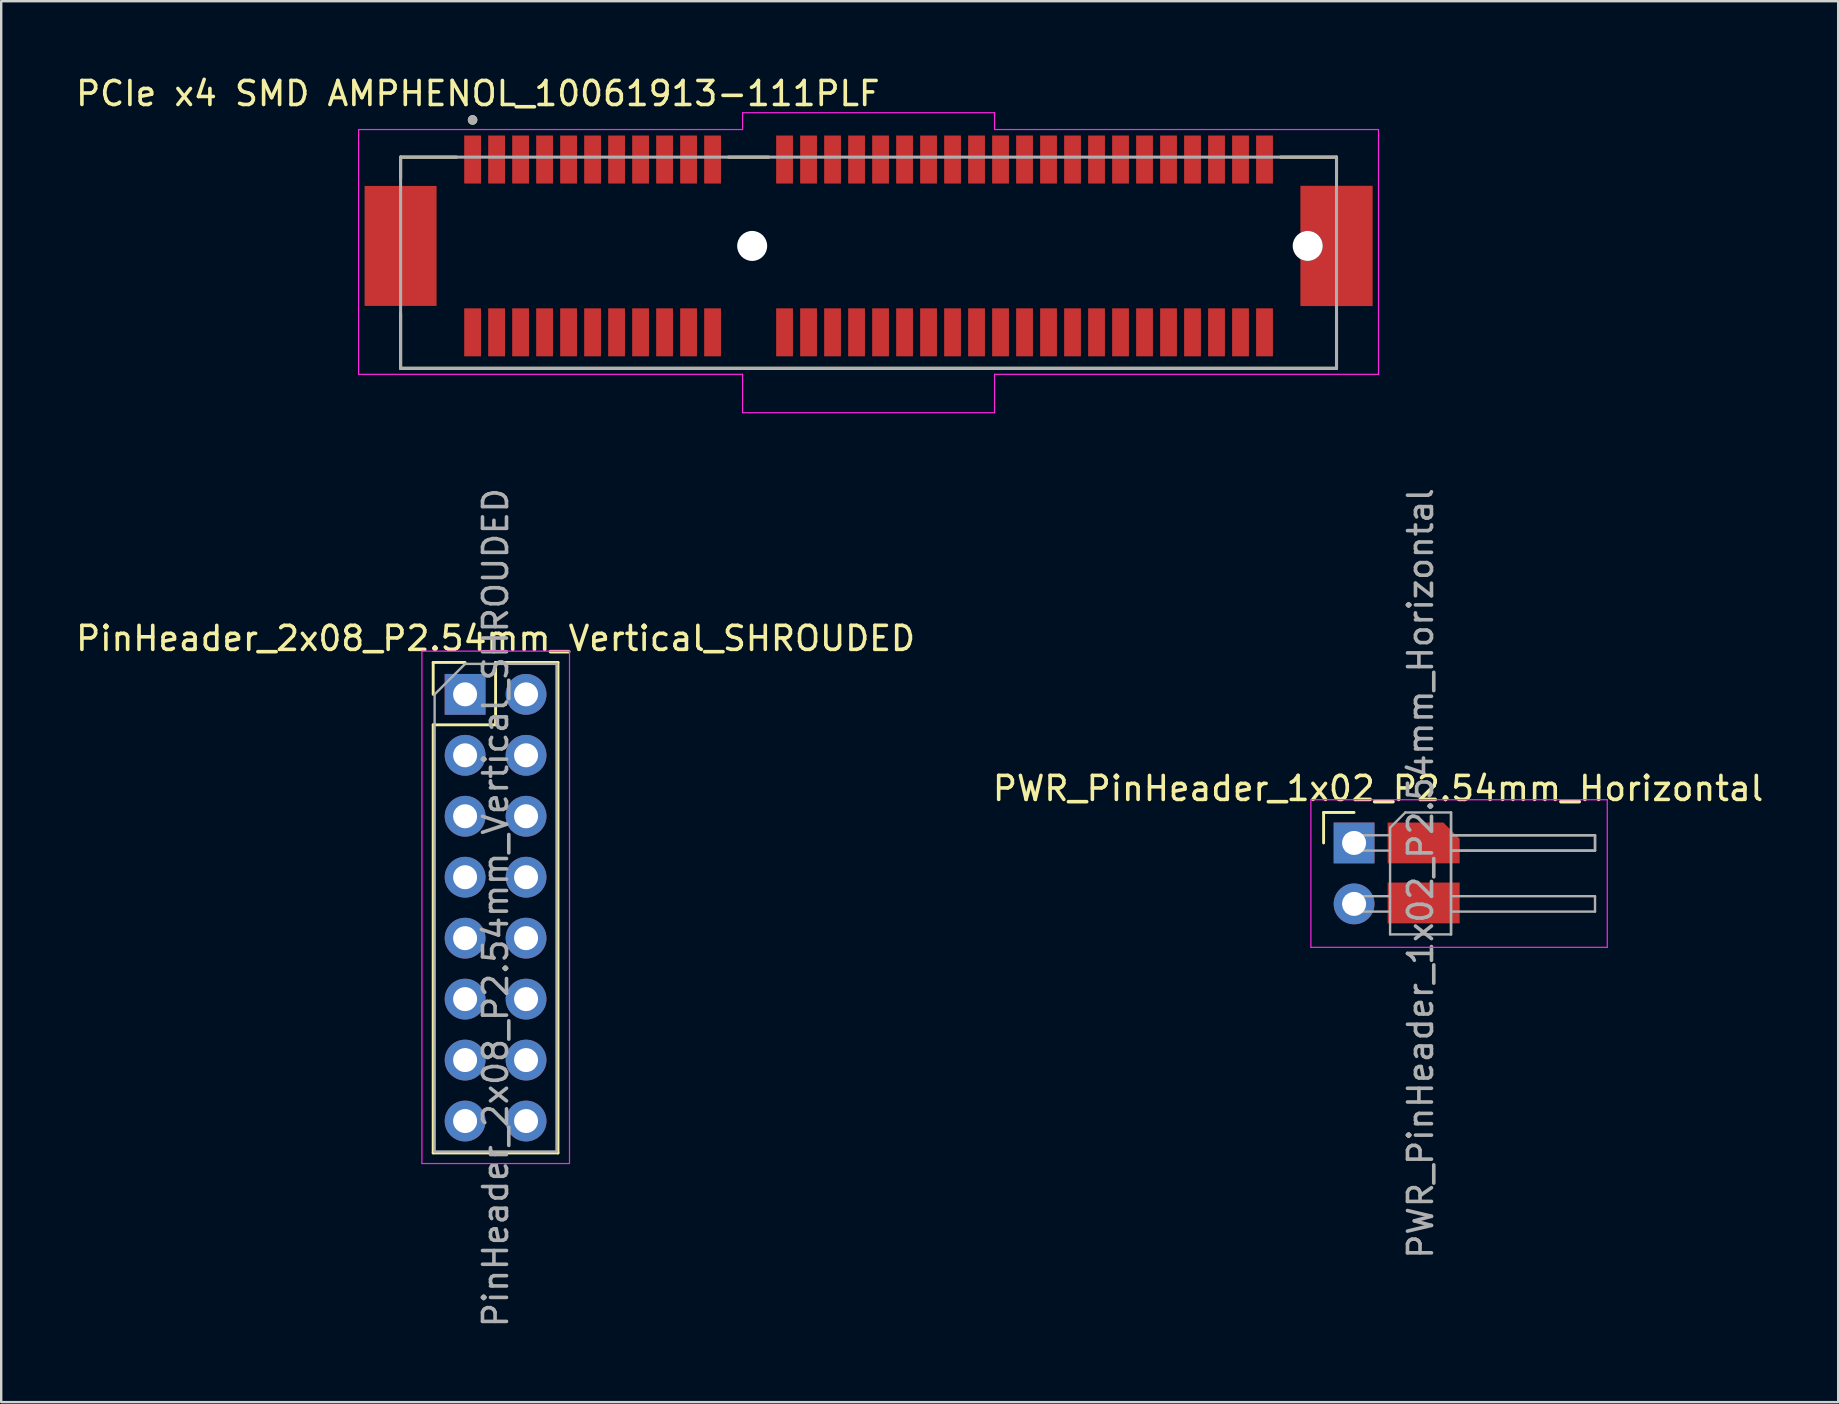
<source format=kicad_pcb>
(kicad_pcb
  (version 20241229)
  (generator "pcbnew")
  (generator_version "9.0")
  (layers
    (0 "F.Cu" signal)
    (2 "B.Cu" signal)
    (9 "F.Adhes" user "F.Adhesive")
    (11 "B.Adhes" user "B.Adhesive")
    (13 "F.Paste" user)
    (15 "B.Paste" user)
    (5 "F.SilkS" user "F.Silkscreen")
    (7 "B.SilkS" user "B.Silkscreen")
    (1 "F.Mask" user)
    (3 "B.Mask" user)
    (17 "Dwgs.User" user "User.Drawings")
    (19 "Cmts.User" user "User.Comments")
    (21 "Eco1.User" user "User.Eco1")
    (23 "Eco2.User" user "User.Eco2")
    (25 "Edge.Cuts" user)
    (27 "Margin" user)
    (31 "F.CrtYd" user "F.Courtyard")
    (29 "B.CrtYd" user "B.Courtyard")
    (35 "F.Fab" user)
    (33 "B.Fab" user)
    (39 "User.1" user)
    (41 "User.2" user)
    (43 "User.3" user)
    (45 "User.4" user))
  (footprint "PCIe x4 SMD AMPHENOL_10061913-111PLF"
    (layer "F.Cu")
    (at 28.293 7.198)
    (property "Reference" "PCIe x4 SMD AMPHENOL_10061913-111PLF" (at -11.43 -6.35 0) (layer "F.SilkS") (effects (font (size 1 1) (thickness 0.15))))
    (attr smd)
    (fp_poly (pts (xy 25.95 2.6) (xy 22.75 2.6) (xy 22.75 0.34) (xy 22.808 0.398) (xy 22.877 0.448) (xy 22.953 0.487) (xy 23.035 0.512) (xy 23.119 0.524) (xy 23.205 0.522) (xy 23.289 0.506) (xy 23.369 0.477) (xy 23.444 0.435) (xy 23.51 0.382) (xy 23.567 0.318) (xy 23.614 0.246) (xy 23.647 0.168) (xy 23.668 0.085) (xy 23.675 0) (xy 23.668 -0.085) (xy 23.647 -0.168) (xy 23.614 -0.246) (xy 23.567 -0.318) (xy 23.51 -0.382) (xy 23.444 -0.435) (xy 23.369 -0.477) (xy 23.289 -0.506) (xy 23.205 -0.522) (xy 23.119 -0.524) (xy 23.035 -0.512) (xy 22.953 -0.487) (xy 22.877 -0.448) (xy 22.808 -0.398) (xy 22.75 -0.34) (xy 22.75 -2.6) (xy 25.95 -2.6) (xy 25.95 2.6)) (stroke (width 0.01) (type solid)) (fill yes) (layer "F.Mask"))
    (fp_line (start -14.65 -3.7) (end -14.65 -2.82) (stroke (width 0.127) (type solid)) (layer "F.SilkS"))
    (fp_line (start -14.65 5.1) (end -14.65 2.82) (stroke (width 0.127) (type solid)) (layer "F.SilkS"))
    (fp_line (start -14.65 5.1) (end 24.35 5.1) (stroke (width 0.127) (type solid)) (layer "F.SilkS"))
    (fp_line (start -12.32 -3.7) (end -14.65 -3.7) (stroke (width 0.127) (type solid)) (layer "F.SilkS"))
    (fp_line (start 0.686 -3.7) (end -0.987 -3.7) (stroke (width 0.127) (type solid)) (layer "F.SilkS"))
    (fp_line (start 24.35 -3.7) (end 22.02 -3.7) (stroke (width 0.127) (type solid)) (layer "F.SilkS"))
    (fp_line (start 24.35 -2.82) (end 24.35 -3.7) (stroke (width 0.127) (type solid)) (layer "F.SilkS"))
    (fp_line (start 24.35 5.1) (end 24.35 2.82) (stroke (width 0.127) (type solid)) (layer "F.SilkS"))
    (fp_circle (center -11.65 -5.25) (end -11.55 -5.25) (stroke (width 0.2) (type solid)) (fill no) (layer "F.SilkS"))
    (fp_poly (pts (xy 25.85 2.5) (xy 22.85 2.5) (xy 22.85 0.548) (xy 22.925 0.583) (xy 23.008 0.609) (xy 23.093 0.622) (xy 23.18 0.624) (xy 23.266 0.614) (xy 23.349 0.592) (xy 23.429 0.559) (xy 23.504 0.515) (xy 23.571 0.462) (xy 23.631 0.399) (xy 23.682 0.329) (xy 23.722 0.252) (xy 23.751 0.171) (xy 23.769 0.086) (xy 23.775 0) (xy 23.769 -0.086) (xy 23.751 -0.171) (xy 23.722 -0.252) (xy 23.682 -0.329) (xy 23.631 -0.399) (xy 23.571 -0.462) (xy 23.504 -0.515) (xy 23.429 -0.559) (xy 23.349 -0.592) (xy 23.266 -0.614) (xy 23.18 -0.624) (xy 23.093 -0.622) (xy 23.008 -0.609) (xy 22.925 -0.583) (xy 22.85 -0.548) (xy 22.85 -2.5) (xy 25.85 -2.5) (xy 25.85 2.5)) (stroke (width 0.01) (type solid)) (fill yes) (layer "F.Paste"))
    (fp_line (start -16.4 -4.85) (end -16.4 5.35) (stroke (width 0.05) (type solid)) (layer "F.CrtYd"))
    (fp_line (start -16.4 5.35) (end -0.4 5.35) (stroke (width 0.05) (type solid)) (layer "F.CrtYd"))
    (fp_line (start -0.4 -5.55) (end 10.1 -5.55) (stroke (width 0.05) (type solid)) (layer "F.CrtYd"))
    (fp_line (start -0.4 -4.85) (end -16.4 -4.85) (stroke (width 0.05) (type solid)) (layer "F.CrtYd"))
    (fp_line (start -0.4 -4.85) (end -0.4 -5.55) (stroke (width 0.05) (type solid)) (layer "F.CrtYd"))
    (fp_line (start -0.4 5.35) (end -0.4 6.95) (stroke (width 0.05) (type solid)) (layer "F.CrtYd"))
    (fp_line (start -0.4 6.95) (end 10.1 6.95) (stroke (width 0.05) (type solid)) (layer "F.CrtYd"))
    (fp_line (start 10.1 -5.55) (end 10.1 -4.85) (stroke (width 0.05) (type solid)) (layer "F.CrtYd"))
    (fp_line (start 10.1 5.35) (end 26.1 5.35) (stroke (width 0.05) (type solid)) (layer "F.CrtYd"))
    (fp_line (start 10.1 6.95) (end 10.1 5.35) (stroke (width 0.05) (type solid)) (layer "F.CrtYd"))
    (fp_line (start 26.1 -4.85) (end 10.1 -4.85) (stroke (width 0.05) (type solid)) (layer "F.CrtYd"))
    (fp_line (start 26.1 5.35) (end 26.1 -4.85) (stroke (width 0.05) (type solid)) (layer "F.CrtYd"))
    (fp_line (start -14.65 -3.7) (end -14.65 5.1) (stroke (width 0.127) (type solid)) (layer "F.Fab"))
    (fp_line (start -14.65 5.1) (end 24.35 5.1) (stroke (width 0.127) (type solid)) (layer "F.Fab"))
    (fp_line (start 24.35 -3.7) (end -14.65 -3.7) (stroke (width 0.127) (type solid)) (layer "F.Fab"))
    (fp_line (start 24.35 5.1) (end 24.35 -3.7) (stroke (width 0.127) (type solid)) (layer "F.Fab"))
    (fp_circle (center -11.65 -5.25) (end -11.55 -5.25) (stroke (width 0.2) (type solid)) (fill no) (layer "F.Fab"))
    (pad "" np_thru_hole circle (at 0 0) (size 1.25 1.25) (drill 1.25) (layers "*.Cu" "*.Mask"))
    (pad "" np_thru_hole circle (at 23.15 0) (size 1.25 1.25) (drill 1.25) (layers "*.Cu" "*.Mask"))
    (pad "A1" smd rect (at -11.65 -3.6) (size 0.7 2) (layers "F.Cu" "F.Mask" "F.Paste"))
    (pad "A2" smd rect (at -10.65 -3.6) (size 0.7 2) (layers "F.Cu" "F.Mask" "F.Paste"))
    (pad "A3" smd rect (at -9.65 -3.6) (size 0.7 2) (layers "F.Cu" "F.Mask" "F.Paste"))
    (pad "A4" smd rect (at -8.65 -3.6) (size 0.7 2) (layers "F.Cu" "F.Mask" "F.Paste"))
    (pad "A5" smd rect (at -7.65 -3.6) (size 0.7 2) (layers "F.Cu" "F.Mask" "F.Paste"))
    (pad "A6" smd rect (at -6.65 -3.6) (size 0.7 2) (layers "F.Cu" "F.Mask" "F.Paste"))
    (pad "A7" smd rect (at -5.65 -3.6) (size 0.7 2) (layers "F.Cu" "F.Mask" "F.Paste"))
    (pad "A8" smd rect (at -4.65 -3.6) (size 0.7 2) (layers "F.Cu" "F.Mask" "F.Paste"))
    (pad "A9" smd rect (at -3.65 -3.6) (size 0.7 2) (layers "F.Cu" "F.Mask" "F.Paste"))
    (pad "A10" smd rect (at -2.65 -3.6) (size 0.7 2) (layers "F.Cu" "F.Mask" "F.Paste"))
    (pad "A11" smd rect (at -1.65 -3.6) (size 0.7 2) (layers "F.Cu" "F.Mask" "F.Paste"))
    (pad "A12" smd rect (at 1.35 -3.6) (size 0.7 2) (layers "F.Cu" "F.Mask" "F.Paste"))
    (pad "A13" smd rect (at 2.35 -3.6) (size 0.7 2) (layers "F.Cu" "F.Mask" "F.Paste"))
    (pad "A14" smd rect (at 3.35 -3.6) (size 0.7 2) (layers "F.Cu" "F.Mask" "F.Paste"))
    (pad "A15" smd rect (at 4.35 -3.6) (size 0.7 2) (layers "F.Cu" "F.Mask" "F.Paste"))
    (pad "A16" smd rect (at 5.35 -3.6) (size 0.7 2) (layers "F.Cu" "F.Mask" "F.Paste"))
    (pad "A17" smd rect (at 6.35 -3.6) (size 0.7 2) (layers "F.Cu" "F.Mask" "F.Paste"))
    (pad "A18" smd rect (at 7.35 -3.6) (size 0.7 2) (layers "F.Cu" "F.Mask" "F.Paste"))
    (pad "A19" smd rect (at 8.35 -3.6) (size 0.7 2) (layers "F.Cu" "F.Mask" "F.Paste"))
    (pad "A20" smd rect (at 9.35 -3.6) (size 0.7 2) (layers "F.Cu" "F.Mask" "F.Paste"))
    (pad "A21" smd rect (at 10.35 -3.6) (size 0.7 2) (layers "F.Cu" "F.Mask" "F.Paste"))
    (pad "A22" smd rect (at 11.35 -3.6) (size 0.7 2) (layers "F.Cu" "F.Mask" "F.Paste"))
    (pad "A23" smd rect (at 12.35 -3.6) (size 0.7 2) (layers "F.Cu" "F.Mask" "F.Paste"))
    (pad "A24" smd rect (at 13.35 -3.6) (size 0.7 2) (layers "F.Cu" "F.Mask" "F.Paste"))
    (pad "A25" smd rect (at 14.35 -3.6) (size 0.7 2) (layers "F.Cu" "F.Mask" "F.Paste"))
    (pad "A26" smd rect (at 15.35 -3.6) (size 0.7 2) (layers "F.Cu" "F.Mask" "F.Paste"))
    (pad "A27" smd rect (at 16.35 -3.6) (size 0.7 2) (layers "F.Cu" "F.Mask" "F.Paste"))
    (pad "A28" smd rect (at 17.35 -3.6) (size 0.7 2) (layers "F.Cu" "F.Mask" "F.Paste"))
    (pad "A29" smd rect (at 18.35 -3.6) (size 0.7 2) (layers "F.Cu" "F.Mask" "F.Paste"))
    (pad "A30" smd rect (at 19.35 -3.6) (size 0.7 2) (layers "F.Cu" "F.Mask" "F.Paste"))
    (pad "A31" smd rect (at 20.35 -3.6) (size 0.7 2) (layers "F.Cu" "F.Mask" "F.Paste"))
    (pad "A32" smd rect (at 21.35 -3.6) (size 0.7 2) (layers "F.Cu" "F.Mask" "F.Paste"))
    (pad "B1" smd rect (at -11.65 3.6) (size 0.7 2) (layers "F.Cu" "F.Mask" "F.Paste"))
    (pad "B2" smd rect (at -10.65 3.6) (size 0.7 2) (layers "F.Cu" "F.Mask" "F.Paste"))
    (pad "B3" smd rect (at -9.65 3.6) (size 0.7 2) (layers "F.Cu" "F.Mask" "F.Paste"))
    (pad "B4" smd rect (at -8.65 3.6) (size 0.7 2) (layers "F.Cu" "F.Mask" "F.Paste"))
    (pad "B5" smd rect (at -7.65 3.6) (size 0.7 2) (layers "F.Cu" "F.Mask" "F.Paste"))
    (pad "B6" smd rect (at -6.65 3.6) (size 0.7 2) (layers "F.Cu" "F.Mask" "F.Paste"))
    (pad "B7" smd rect (at -5.65 3.6) (size 0.7 2) (layers "F.Cu" "F.Mask" "F.Paste"))
    (pad "B8" smd rect (at -4.65 3.6) (size 0.7 2) (layers "F.Cu" "F.Mask" "F.Paste"))
    (pad "B9" smd rect (at -3.65 3.6) (size 0.7 2) (layers "F.Cu" "F.Mask" "F.Paste"))
    (pad "B10" smd rect (at -2.65 3.6) (size 0.7 2) (layers "F.Cu" "F.Mask" "F.Paste"))
    (pad "B11" smd rect (at -1.65 3.6) (size 0.7 2) (layers "F.Cu" "F.Mask" "F.Paste"))
    (pad "B12" smd rect (at 1.35 3.6) (size 0.7 2) (layers "F.Cu" "F.Mask" "F.Paste"))
    (pad "B13" smd rect (at 2.35 3.6) (size 0.7 2) (layers "F.Cu" "F.Mask" "F.Paste"))
    (pad "B14" smd rect (at 3.35 3.6) (size 0.7 2) (layers "F.Cu" "F.Mask" "F.Paste"))
    (pad "B15" smd rect (at 4.35 3.6) (size 0.7 2) (layers "F.Cu" "F.Mask" "F.Paste"))
    (pad "B16" smd rect (at 5.35 3.6) (size 0.7 2) (layers "F.Cu" "F.Mask" "F.Paste"))
    (pad "B17" smd rect (at 6.35 3.6) (size 0.7 2) (layers "F.Cu" "F.Mask" "F.Paste"))
    (pad "B18" smd rect (at 7.35 3.6) (size 0.7 2) (layers "F.Cu" "F.Mask" "F.Paste"))
    (pad "B19" smd rect (at 8.35 3.6) (size 0.7 2) (layers "F.Cu" "F.Mask" "F.Paste"))
    (pad "B20" smd rect (at 9.35 3.6) (size 0.7 2) (layers "F.Cu" "F.Mask" "F.Paste"))
    (pad "B21" smd rect (at 10.35 3.6) (size 0.7 2) (layers "F.Cu" "F.Mask" "F.Paste"))
    (pad "B22" smd rect (at 11.35 3.6) (size 0.7 2) (layers "F.Cu" "F.Mask" "F.Paste"))
    (pad "B23" smd rect (at 12.35 3.6) (size 0.7 2) (layers "F.Cu" "F.Mask" "F.Paste"))
    (pad "B24" smd rect (at 13.35 3.6) (size 0.7 2) (layers "F.Cu" "F.Mask" "F.Paste"))
    (pad "B25" smd rect (at 14.35 3.6) (size 0.7 2) (layers "F.Cu" "F.Mask" "F.Paste"))
    (pad "B26" smd rect (at 15.35 3.6) (size 0.7 2) (layers "F.Cu" "F.Mask" "F.Paste"))
    (pad "B27" smd rect (at 16.35 3.6) (size 0.7 2) (layers "F.Cu" "F.Mask" "F.Paste"))
    (pad "B28" smd rect (at 17.35 3.6) (size 0.7 2) (layers "F.Cu" "F.Mask" "F.Paste"))
    (pad "B29" smd rect (at 18.35 3.6) (size 0.7 2) (layers "F.Cu" "F.Mask" "F.Paste"))
    (pad "B30" smd rect (at 19.35 3.6) (size 0.7 2) (layers "F.Cu" "F.Mask" "F.Paste"))
    (pad "B31" smd rect (at 20.35 3.6) (size 0.7 2) (layers "F.Cu" "F.Mask" "F.Paste"))
    (pad "B32" smd rect (at 21.35 3.6) (size 0.7 2) (layers "F.Cu" "F.Mask" "F.Paste"))
    (pad "SH1" smd rect (at -14.65 0) (size 3 5) (layers "F.Cu" "F.Mask" "F.Paste"))
    (pad "SH2" smd custom (at 24.35 0) (size 0.5 0.5) (layers "F.Cu") (options (anchor rect)) (primitives (gr_poly (pts (xy 1.5 2.5) (xy -1.5 2.5) (xy -1.5 0.548) (xy -1.425 0.583) (xy -1.342 0.609) (xy -1.257 0.622) (xy -1.17 0.624) (xy -1.084 0.614) (xy -1.001 0.592) (xy -0.921 0.559) (xy -0.846 0.515) (xy -0.779 0.462) (xy -0.719 0.399) (xy -0.668 0.329) (xy -0.628 0.252) (xy -0.599 0.171) (xy -0.581 0.086) (xy -0.575 0) (xy -0.581 -0.086) (xy -0.599 -0.171) (xy -0.628 -0.252) (xy -0.668 -0.329) (xy -0.719 -0.399) (xy -0.779 -0.462) (xy -0.846 -0.515) (xy -0.921 -0.559) (xy -1.001 -0.592) (xy -1.084 -0.614) (xy -1.17 -0.624) (xy -1.257 -0.622) (xy -1.342 -0.609) (xy -1.425 -0.583) (xy -1.5 -0.548) (xy -1.5 -2.5) (xy 1.5 -2.5) (xy 1.5 2.5)) (width 0.01) (fill yes)))))
  (footprint "PinHeader_2x08_P2.54mm_Vertical_SHROUDED"
    (layer "F.Cu")
    (at 16.331 25.884)
    (property "Reference" "PinHeader_2x08_P2.54mm_Vertical_SHROUDED" (at 1.27 -2.33 0) (layer "F.SilkS") (effects (font (size 1 1) (thickness 0.15))))
    (attr through_hole)
    (fp_line (start -1.33 -1.33) (end 0 -1.33) (stroke (width 0.12) (type solid)) (layer "F.SilkS"))
    (fp_line (start -1.33 0) (end -1.33 -1.33) (stroke (width 0.12) (type solid)) (layer "F.SilkS"))
    (fp_line (start -1.33 1.27) (end -1.33 19.11) (stroke (width 0.12) (type solid)) (layer "F.SilkS"))
    (fp_line (start -1.33 1.27) (end 1.27 1.27) (stroke (width 0.12) (type solid)) (layer "F.SilkS"))
    (fp_line (start -1.33 19.11) (end 3.87 19.11) (stroke (width 0.12) (type solid)) (layer "F.SilkS"))
    (fp_line (start 1.27 -1.33) (end 3.87 -1.33) (stroke (width 0.12) (type solid)) (layer "F.SilkS"))
    (fp_line (start 1.27 1.27) (end 1.27 -1.33) (stroke (width 0.12) (type solid)) (layer "F.SilkS"))
    (fp_line (start 3.87 -1.33) (end 3.87 19.11) (stroke (width 0.12) (type solid)) (layer "F.SilkS"))
    (fp_line (start -1.8 -1.8) (end -1.8 19.55) (stroke (width 0.05) (type solid)) (layer "F.CrtYd"))
    (fp_line (start -1.8 19.55) (end 4.35 19.55) (stroke (width 0.05) (type solid)) (layer "F.CrtYd"))
    (fp_line (start 4.35 -1.8) (end -1.8 -1.8) (stroke (width 0.05) (type solid)) (layer "F.CrtYd"))
    (fp_line (start 4.35 19.55) (end 4.35 -1.8) (stroke (width 0.05) (type solid)) (layer "F.CrtYd"))
    (fp_line (start -1.27 0) (end 0 -1.27) (stroke (width 0.1) (type solid)) (layer "F.Fab"))
    (fp_line (start -1.27 19.05) (end -1.27 0) (stroke (width 0.1) (type solid)) (layer "F.Fab"))
    (fp_line (start 0 -1.27) (end 3.81 -1.27) (stroke (width 0.1) (type solid)) (layer "F.Fab"))
    (fp_line (start 3.81 -1.27) (end 3.81 19.05) (stroke (width 0.1) (type solid)) (layer "F.Fab"))
    (fp_line (start 3.81 19.05) (end -1.27 19.05) (stroke (width 0.1) (type solid)) (layer "F.Fab"))
    (fp_text user "${REFERENCE}" (at 1.27 8.89 90) (layer "F.Fab") (effects (font (size 1 1) (thickness 0.15))))
    (pad "1" thru_hole rect (at 0 0) (size 1.7 1.7) (drill 1) (layers "*.Cu" "*.Mask"))
    (pad "2" thru_hole oval (at 2.54 0) (size 1.7 1.7) (drill 1) (layers "*.Cu" "*.Mask"))
    (pad "3" thru_hole oval (at 0 2.54) (size 1.7 1.7) (drill 1) (layers "*.Cu" "*.Mask"))
    (pad "4" thru_hole oval (at 2.54 2.54) (size 1.7 1.7) (drill 1) (layers "*.Cu" "*.Mask"))
    (pad "5" thru_hole oval (at 0 5.08) (size 1.7 1.7) (drill 1) (layers "*.Cu" "*.Mask"))
    (pad "6" thru_hole oval (at 2.54 5.08) (size 1.7 1.7) (drill 1) (layers "*.Cu" "*.Mask"))
    (pad "7" thru_hole oval (at 0 7.62) (size 1.7 1.7) (drill 1) (layers "*.Cu" "*.Mask"))
    (pad "8" thru_hole oval (at 2.54 7.62) (size 1.7 1.7) (drill 1) (layers "*.Cu" "*.Mask"))
    (pad "9" thru_hole oval (at 0 10.16) (size 1.7 1.7) (drill 1) (layers "*.Cu" "*.Mask"))
    (pad "10" thru_hole oval (at 2.54 10.16) (size 1.7 1.7) (drill 1) (layers "*.Cu" "*.Mask"))
    (pad "11" thru_hole oval (at 0 12.7) (size 1.7 1.7) (drill 1) (layers "*.Cu" "*.Mask"))
    (pad "12" thru_hole oval (at 2.54 12.7) (size 1.7 1.7) (drill 1) (layers "*.Cu" "*.Mask"))
    (pad "13" thru_hole oval (at 0 15.24) (size 1.7 1.7) (drill 1) (layers "*.Cu" "*.Mask"))
    (pad "14" thru_hole oval (at 2.54 15.24) (size 1.7 1.7) (drill 1) (layers "*.Cu" "*.Mask"))
    (pad "15" thru_hole oval (at 0 17.78) (size 1.7 1.7) (drill 1) (layers "*.Cu" "*.Mask"))
    (pad "16" thru_hole oval (at 2.54 17.78) (size 1.7 1.7) (drill 1) (layers "*.Cu" "*.Mask")))
  (footprint "PWR_PinHeader_1x02_P2.54mm_Horizontal"
    (layer "F.Cu")
    (at 53.375 32.076)
    (property "Reference" "PWR_PinHeader_1x02_P2.54mm_Horizontal" (at 1 -2.27 0) (layer "F.SilkS") (effects (font (size 1 1) (thickness 0.15))))
    (fp_line (start -1.27 -1.27) (end 0 -1.27) (stroke (width 0.12) (type solid)) (layer "F.SilkS"))
    (fp_line (start -1.27 0) (end -1.27 -1.27) (stroke (width 0.12) (type solid)) (layer "F.SilkS"))
    (fp_line (start -1.8 -1.8) (end -1.8 4.35) (stroke (width 0.05) (type solid)) (layer "F.CrtYd"))
    (fp_line (start -1.8 4.35) (end 10.55 4.35) (stroke (width 0.05) (type solid)) (layer "F.CrtYd"))
    (fp_line (start 10.55 -1.8) (end -1.8 -1.8) (stroke (width 0.05) (type solid)) (layer "F.CrtYd"))
    (fp_line (start 10.55 4.35) (end 10.55 -1.8) (stroke (width 0.05) (type solid)) (layer "F.CrtYd"))
    (fp_line (start -0.32 -0.32) (end -0.32 0.32) (stroke (width 0.1) (type solid)) (layer "F.Fab"))
    (fp_line (start -0.32 -0.32) (end 1.5 -0.32) (stroke (width 0.1) (type solid)) (layer "F.Fab"))
    (fp_line (start -0.32 0.32) (end 1.5 0.32) (stroke (width 0.1) (type solid)) (layer "F.Fab"))
    (fp_line (start -0.32 2.22) (end -0.32 2.86) (stroke (width 0.1) (type solid)) (layer "F.Fab"))
    (fp_line (start -0.32 2.22) (end 1.5 2.22) (stroke (width 0.1) (type solid)) (layer "F.Fab"))
    (fp_line (start -0.32 2.86) (end 1.5 2.86) (stroke (width 0.1) (type solid)) (layer "F.Fab"))
    (fp_line (start 1.5 -0.635) (end 2.135 -1.27) (stroke (width 0.1) (type solid)) (layer "F.Fab"))
    (fp_line (start 1.5 3.81) (end 1.5 -0.635) (stroke (width 0.1) (type solid)) (layer "F.Fab"))
    (fp_line (start 2.135 -1.27) (end 4.04 -1.27) (stroke (width 0.1) (type solid)) (layer "F.Fab"))
    (fp_line (start 4.04 -1.27) (end 4.04 3.81) (stroke (width 0.1) (type solid)) (layer "F.Fab"))
    (fp_line (start 4.04 -1.27) (end 4.04 3.81) (stroke (width 0.1) (type solid)) (layer "F.Fab"))
    (fp_line (start 4.04 -0.32) (end 10.04 -0.32) (stroke (width 0.1) (type solid)) (layer "F.Fab"))
    (fp_line (start 4.04 -0.32) (end 10.04 -0.32) (stroke (width 0.1) (type solid)) (layer "F.Fab"))
    (fp_line (start 4.04 0.32) (end 10.04 0.32) (stroke (width 0.1) (type solid)) (layer "F.Fab"))
    (fp_line (start 4.04 0.32) (end 10.04 0.32) (stroke (width 0.1) (type solid)) (layer "F.Fab"))
    (fp_line (start 4.04 2.22) (end 10.04 2.22) (stroke (width 0.1) (type solid)) (layer "F.Fab"))
    (fp_line (start 4.04 2.86) (end 10.04 2.86) (stroke (width 0.1) (type solid)) (layer "F.Fab"))
    (fp_line (start 4.04 3.81) (end 1.5 3.81) (stroke (width 0.1) (type solid)) (layer "F.Fab"))
    (fp_line (start 10.04 -0.32) (end 10.04 0.32) (stroke (width 0.1) (type solid)) (layer "F.Fab"))
    (fp_line (start 10.04 -0.32) (end 10.04 0.32) (stroke (width 0.1) (type solid)) (layer "F.Fab"))
    (fp_line (start 10.04 2.22) (end 10.04 2.86) (stroke (width 0.1) (type solid)) (layer "F.Fab"))
    (fp_text user "${REFERENCE}" (at 2.77 1.27 90) (layer "F.Fab") (effects (font (size 1 1) (thickness 0.15))))
    (pad "1" thru_hole rect (at 0 0) (size 1.7 1.7) (drill 1) (layers "*.Cu" "*.Mask"))
    (pad "1" smd roundrect (at 3.5 0 90) (size 1.7 3) (drill (offset 0 -0.6)) (layers "F.Cu" "F.Mask") (roundrect_rratio 0) (chamfer_ratio 0.4) (chamfer bottom_right))
    (pad "2" thru_hole oval (at 0 2.54) (size 1.7 1.7) (drill 1) (layers "*.Cu" "*.Mask"))
    (pad "2" smd rect (at 3.5 2.5 90) (size 1.7 3) (drill (offset 0 -0.6)) (layers "F.Cu" "F.Mask")))
  (gr_rect
    (start -3 -3)
    (end 73.548 55.376)
    (stroke (width 0.1) (type default))
    (fill no)
    (layer "Edge.Cuts")))
</source>
